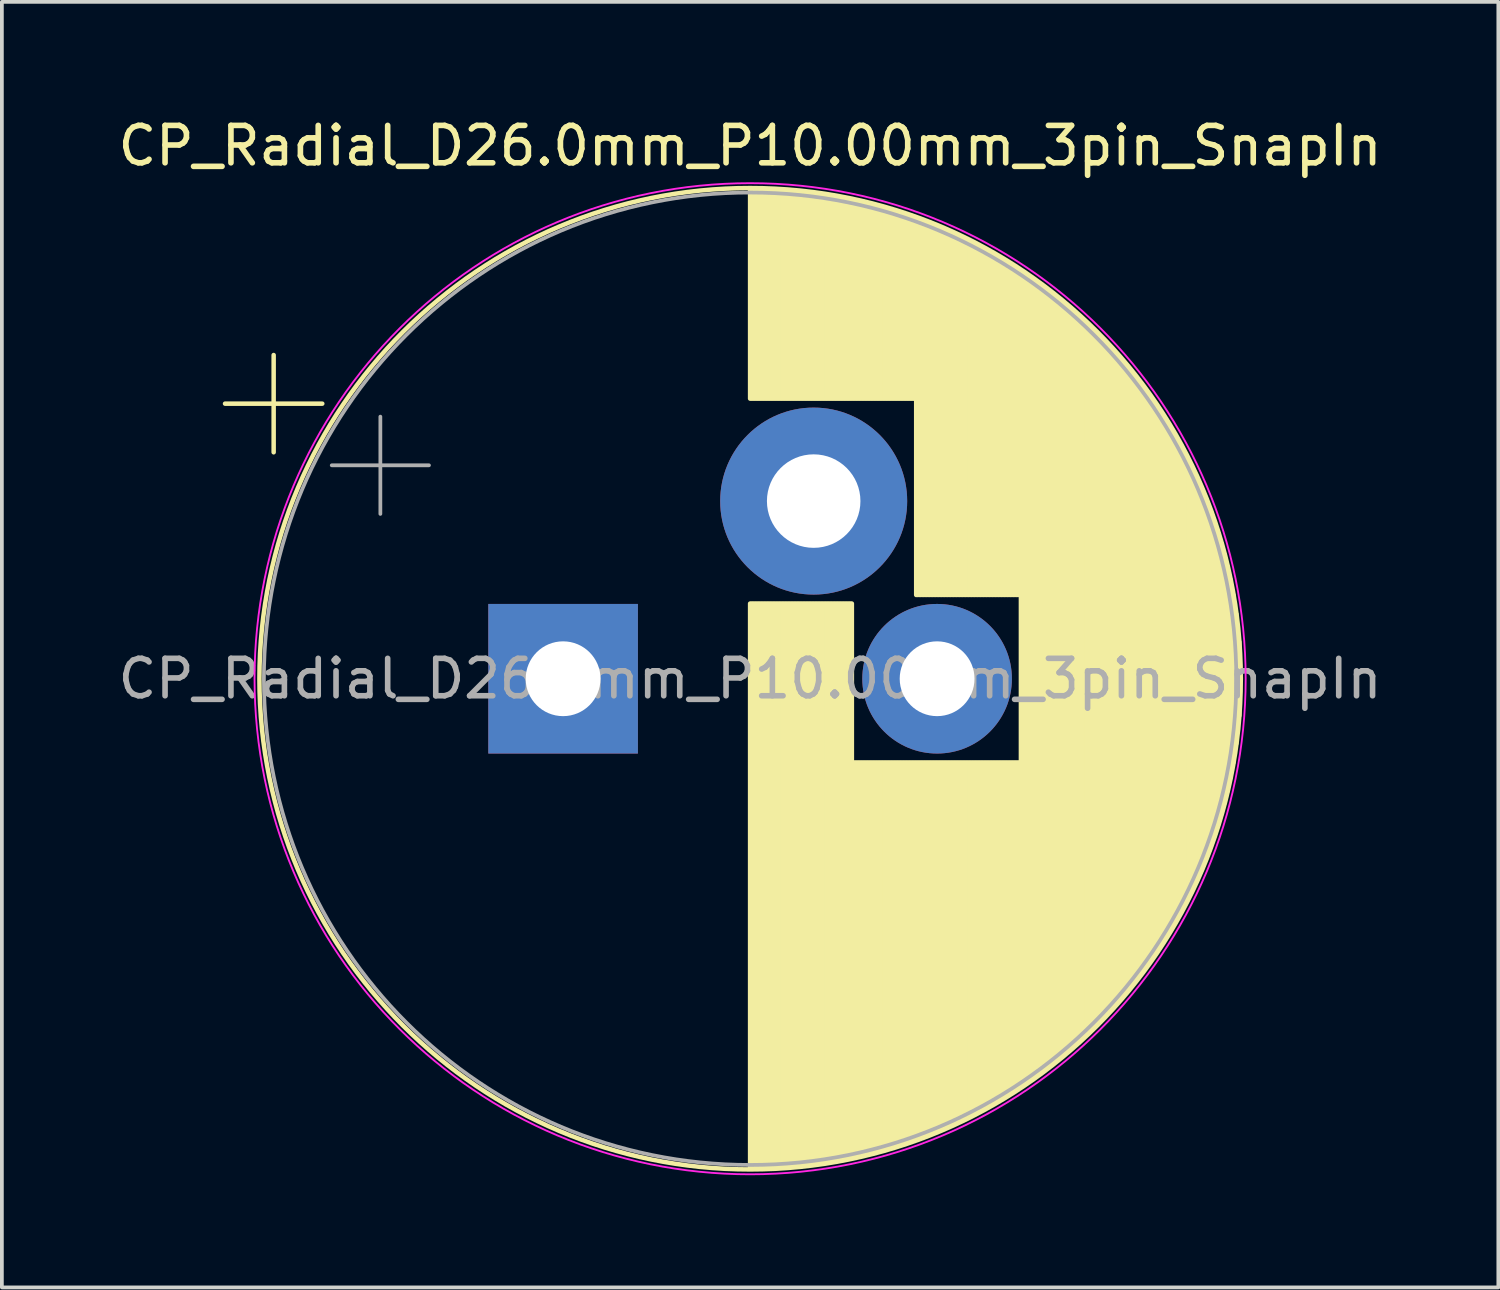
<source format=kicad_pcb>
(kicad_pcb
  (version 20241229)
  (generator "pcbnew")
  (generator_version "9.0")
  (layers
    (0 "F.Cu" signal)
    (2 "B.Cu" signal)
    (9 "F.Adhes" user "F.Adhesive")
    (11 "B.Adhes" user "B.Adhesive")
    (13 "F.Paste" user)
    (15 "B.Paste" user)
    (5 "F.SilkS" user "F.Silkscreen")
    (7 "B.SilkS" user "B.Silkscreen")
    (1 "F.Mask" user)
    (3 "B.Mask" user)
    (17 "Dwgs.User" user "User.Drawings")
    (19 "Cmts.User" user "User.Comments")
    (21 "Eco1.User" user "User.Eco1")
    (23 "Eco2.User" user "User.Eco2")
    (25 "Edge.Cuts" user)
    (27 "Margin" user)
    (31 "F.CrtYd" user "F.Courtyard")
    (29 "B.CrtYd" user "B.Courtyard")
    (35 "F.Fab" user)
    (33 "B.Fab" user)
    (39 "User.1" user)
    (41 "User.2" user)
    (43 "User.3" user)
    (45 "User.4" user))
  (footprint "CP_Radial_D26.0mm_P10.00mm_3pin_SnapIn"
    (layer "F.Cu")
    (at 12.006 15.098)
    (property "Reference" "CP_Radial_D26.0mm_P10.00mm_3pin_SnapIn" (at 5 -14.25 0) (layer "F.SilkS") (effects (font (size 1 1) (thickness 0.15))))
    (attr through_hole)
    (fp_line (start -9.039 -7.355) (end -6.439 -7.355) (stroke (width 0.12) (type solid)) (layer "F.SilkS"))
    (fp_line (start -7.739 -8.655) (end -7.739 -6.055) (stroke (width 0.12) (type solid)) (layer "F.SilkS"))
    (fp_line (start 5 -13.081) (end 5 -7.49) (stroke (width 0.12) (type solid)) (layer "F.SilkS"))
    (fp_line (start 5 -2.01) (end 5 13.081) (stroke (width 0.12) (type solid)) (layer "F.SilkS"))
    (fp_line (start 5.04 -13.08) (end 5.04 -7.49) (stroke (width 0.12) (type solid)) (layer "F.SilkS"))
    (fp_line (start 5.04 -2.01) (end 5.04 13.08) (stroke (width 0.12) (type solid)) (layer "F.SilkS"))
    (fp_line (start 5.08 -13.08) (end 5.08 -7.49) (stroke (width 0.12) (type solid)) (layer "F.SilkS"))
    (fp_line (start 5.08 -2.01) (end 5.08 13.08) (stroke (width 0.12) (type solid)) (layer "F.SilkS"))
    (fp_line (start 5.12 -13.08) (end 5.12 -7.49) (stroke (width 0.12) (type solid)) (layer "F.SilkS"))
    (fp_line (start 5.12 -2.01) (end 5.12 13.08) (stroke (width 0.12) (type solid)) (layer "F.SilkS"))
    (fp_line (start 5.16 -13.08) (end 5.16 -7.49) (stroke (width 0.12) (type solid)) (layer "F.SilkS"))
    (fp_line (start 5.16 -2.01) (end 5.16 13.08) (stroke (width 0.12) (type solid)) (layer "F.SilkS"))
    (fp_line (start 5.2 -13.079) (end 5.2 -7.49) (stroke (width 0.12) (type solid)) (layer "F.SilkS"))
    (fp_line (start 5.2 -2.01) (end 5.2 13.079) (stroke (width 0.12) (type solid)) (layer "F.SilkS"))
    (fp_line (start 5.24 -13.078) (end 5.24 -7.49) (stroke (width 0.12) (type solid)) (layer "F.SilkS"))
    (fp_line (start 5.24 -2.01) (end 5.24 13.078) (stroke (width 0.12) (type solid)) (layer "F.SilkS"))
    (fp_line (start 5.28 -13.078) (end 5.28 -7.49) (stroke (width 0.12) (type solid)) (layer "F.SilkS"))
    (fp_line (start 5.28 -2.01) (end 5.28 13.078) (stroke (width 0.12) (type solid)) (layer "F.SilkS"))
    (fp_line (start 5.32 -13.077) (end 5.32 -7.49) (stroke (width 0.12) (type solid)) (layer "F.SilkS"))
    (fp_line (start 5.32 -2.01) (end 5.32 13.077) (stroke (width 0.12) (type solid)) (layer "F.SilkS"))
    (fp_line (start 5.36 -13.076) (end 5.36 -7.49) (stroke (width 0.12) (type solid)) (layer "F.SilkS"))
    (fp_line (start 5.36 -2.01) (end 5.36 13.076) (stroke (width 0.12) (type solid)) (layer "F.SilkS"))
    (fp_line (start 5.4 -13.074) (end 5.4 -7.49) (stroke (width 0.12) (type solid)) (layer "F.SilkS"))
    (fp_line (start 5.4 -2.01) (end 5.4 13.074) (stroke (width 0.12) (type solid)) (layer "F.SilkS"))
    (fp_line (start 5.44 -13.073) (end 5.44 -7.49) (stroke (width 0.12) (type solid)) (layer "F.SilkS"))
    (fp_line (start 5.44 -2.01) (end 5.44 13.073) (stroke (width 0.12) (type solid)) (layer "F.SilkS"))
    (fp_line (start 5.48 -13.072) (end 5.48 -7.49) (stroke (width 0.12) (type solid)) (layer "F.SilkS"))
    (fp_line (start 5.48 -2.01) (end 5.48 13.072) (stroke (width 0.12) (type solid)) (layer "F.SilkS"))
    (fp_line (start 5.52 -13.07) (end 5.52 -7.49) (stroke (width 0.12) (type solid)) (layer "F.SilkS"))
    (fp_line (start 5.52 -2.01) (end 5.52 13.07) (stroke (width 0.12) (type solid)) (layer "F.SilkS"))
    (fp_line (start 5.56 -13.069) (end 5.56 -7.49) (stroke (width 0.12) (type solid)) (layer "F.SilkS"))
    (fp_line (start 5.56 -2.01) (end 5.56 13.069) (stroke (width 0.12) (type solid)) (layer "F.SilkS"))
    (fp_line (start 5.6 -13.067) (end 5.6 -7.49) (stroke (width 0.12) (type solid)) (layer "F.SilkS"))
    (fp_line (start 5.6 -2.01) (end 5.6 13.067) (stroke (width 0.12) (type solid)) (layer "F.SilkS"))
    (fp_line (start 5.64 -13.065) (end 5.64 -7.49) (stroke (width 0.12) (type solid)) (layer "F.SilkS"))
    (fp_line (start 5.64 -2.01) (end 5.64 13.065) (stroke (width 0.12) (type solid)) (layer "F.SilkS"))
    (fp_line (start 5.68 -13.063) (end 5.68 -7.49) (stroke (width 0.12) (type solid)) (layer "F.SilkS"))
    (fp_line (start 5.68 -2.01) (end 5.68 13.063) (stroke (width 0.12) (type solid)) (layer "F.SilkS"))
    (fp_line (start 5.721 -13.061) (end 5.721 -7.49) (stroke (width 0.12) (type solid)) (layer "F.SilkS"))
    (fp_line (start 5.721 -2.01) (end 5.721 13.061) (stroke (width 0.12) (type solid)) (layer "F.SilkS"))
    (fp_line (start 5.761 -13.058) (end 5.761 -7.49) (stroke (width 0.12) (type solid)) (layer "F.SilkS"))
    (fp_line (start 5.761 -2.01) (end 5.761 13.058) (stroke (width 0.12) (type solid)) (layer "F.SilkS"))
    (fp_line (start 5.801 -13.056) (end 5.801 -7.49) (stroke (width 0.12) (type solid)) (layer "F.SilkS"))
    (fp_line (start 5.801 -2.01) (end 5.801 13.056) (stroke (width 0.12) (type solid)) (layer "F.SilkS"))
    (fp_line (start 5.841 -13.054) (end 5.841 -7.49) (stroke (width 0.12) (type solid)) (layer "F.SilkS"))
    (fp_line (start 5.841 -2.01) (end 5.841 13.054) (stroke (width 0.12) (type solid)) (layer "F.SilkS"))
    (fp_line (start 5.881 -13.051) (end 5.881 -7.49) (stroke (width 0.12) (type solid)) (layer "F.SilkS"))
    (fp_line (start 5.881 -2.01) (end 5.881 13.051) (stroke (width 0.12) (type solid)) (layer "F.SilkS"))
    (fp_line (start 5.921 -13.048) (end 5.921 -7.49) (stroke (width 0.12) (type solid)) (layer "F.SilkS"))
    (fp_line (start 5.921 -2.01) (end 5.921 13.048) (stroke (width 0.12) (type solid)) (layer "F.SilkS"))
    (fp_line (start 5.961 -13.045) (end 5.961 -7.49) (stroke (width 0.12) (type solid)) (layer "F.SilkS"))
    (fp_line (start 5.961 -2.01) (end 5.961 13.045) (stroke (width 0.12) (type solid)) (layer "F.SilkS"))
    (fp_line (start 6.001 -13.042) (end 6.001 -7.49) (stroke (width 0.12) (type solid)) (layer "F.SilkS"))
    (fp_line (start 6.001 -2.01) (end 6.001 13.042) (stroke (width 0.12) (type solid)) (layer "F.SilkS"))
    (fp_line (start 6.041 -13.039) (end 6.041 -7.49) (stroke (width 0.12) (type solid)) (layer "F.SilkS"))
    (fp_line (start 6.041 -2.01) (end 6.041 13.039) (stroke (width 0.12) (type solid)) (layer "F.SilkS"))
    (fp_line (start 6.081 -13.036) (end 6.081 -7.49) (stroke (width 0.12) (type solid)) (layer "F.SilkS"))
    (fp_line (start 6.081 -2.01) (end 6.081 13.036) (stroke (width 0.12) (type solid)) (layer "F.SilkS"))
    (fp_line (start 6.121 -13.033) (end 6.121 -7.49) (stroke (width 0.12) (type solid)) (layer "F.SilkS"))
    (fp_line (start 6.121 -2.01) (end 6.121 13.033) (stroke (width 0.12) (type solid)) (layer "F.SilkS"))
    (fp_line (start 6.161 -13.029) (end 6.161 -7.49) (stroke (width 0.12) (type solid)) (layer "F.SilkS"))
    (fp_line (start 6.161 -2.01) (end 6.161 13.029) (stroke (width 0.12) (type solid)) (layer "F.SilkS"))
    (fp_line (start 6.201 -13.026) (end 6.201 -7.49) (stroke (width 0.12) (type solid)) (layer "F.SilkS"))
    (fp_line (start 6.201 -2.01) (end 6.201 13.026) (stroke (width 0.12) (type solid)) (layer "F.SilkS"))
    (fp_line (start 6.241 -13.022) (end 6.241 -7.49) (stroke (width 0.12) (type solid)) (layer "F.SilkS"))
    (fp_line (start 6.241 -2.01) (end 6.241 13.022) (stroke (width 0.12) (type solid)) (layer "F.SilkS"))
    (fp_line (start 6.281 -13.018) (end 6.281 -7.49) (stroke (width 0.12) (type solid)) (layer "F.SilkS"))
    (fp_line (start 6.281 -2.01) (end 6.281 13.018) (stroke (width 0.12) (type solid)) (layer "F.SilkS"))
    (fp_line (start 6.321 -13.014) (end 6.321 -7.49) (stroke (width 0.12) (type solid)) (layer "F.SilkS"))
    (fp_line (start 6.321 -2.01) (end 6.321 13.014) (stroke (width 0.12) (type solid)) (layer "F.SilkS"))
    (fp_line (start 6.361 -13.01) (end 6.361 -7.49) (stroke (width 0.12) (type solid)) (layer "F.SilkS"))
    (fp_line (start 6.361 -2.01) (end 6.361 13.01) (stroke (width 0.12) (type solid)) (layer "F.SilkS"))
    (fp_line (start 6.401 -13.006) (end 6.401 -7.49) (stroke (width 0.12) (type solid)) (layer "F.SilkS"))
    (fp_line (start 6.401 -2.01) (end 6.401 13.006) (stroke (width 0.12) (type solid)) (layer "F.SilkS"))
    (fp_line (start 6.441 -13.001) (end 6.441 -7.49) (stroke (width 0.12) (type solid)) (layer "F.SilkS"))
    (fp_line (start 6.441 -2.01) (end 6.441 13.001) (stroke (width 0.12) (type solid)) (layer "F.SilkS"))
    (fp_line (start 6.481 -12.997) (end 6.481 -7.49) (stroke (width 0.12) (type solid)) (layer "F.SilkS"))
    (fp_line (start 6.481 -2.01) (end 6.481 12.997) (stroke (width 0.12) (type solid)) (layer "F.SilkS"))
    (fp_line (start 6.521 -12.992) (end 6.521 -7.49) (stroke (width 0.12) (type solid)) (layer "F.SilkS"))
    (fp_line (start 6.521 -2.01) (end 6.521 12.992) (stroke (width 0.12) (type solid)) (layer "F.SilkS"))
    (fp_line (start 6.561 -12.987) (end 6.561 -7.49) (stroke (width 0.12) (type solid)) (layer "F.SilkS"))
    (fp_line (start 6.561 -2.01) (end 6.561 12.987) (stroke (width 0.12) (type solid)) (layer "F.SilkS"))
    (fp_line (start 6.601 -12.983) (end 6.601 -7.49) (stroke (width 0.12) (type solid)) (layer "F.SilkS"))
    (fp_line (start 6.601 -2.01) (end 6.601 12.983) (stroke (width 0.12) (type solid)) (layer "F.SilkS"))
    (fp_line (start 6.641 -12.978) (end 6.641 -7.49) (stroke (width 0.12) (type solid)) (layer "F.SilkS"))
    (fp_line (start 6.641 -2.01) (end 6.641 12.978) (stroke (width 0.12) (type solid)) (layer "F.SilkS"))
    (fp_line (start 6.681 -12.972) (end 6.681 -7.49) (stroke (width 0.12) (type solid)) (layer "F.SilkS"))
    (fp_line (start 6.681 -2.01) (end 6.681 12.972) (stroke (width 0.12) (type solid)) (layer "F.SilkS"))
    (fp_line (start 6.721 -12.967) (end 6.721 -7.49) (stroke (width 0.12) (type solid)) (layer "F.SilkS"))
    (fp_line (start 6.721 -2.01) (end 6.721 12.967) (stroke (width 0.12) (type solid)) (layer "F.SilkS"))
    (fp_line (start 6.761 -12.962) (end 6.761 -7.49) (stroke (width 0.12) (type solid)) (layer "F.SilkS"))
    (fp_line (start 6.761 -2.01) (end 6.761 12.962) (stroke (width 0.12) (type solid)) (layer "F.SilkS"))
    (fp_line (start 6.801 -12.956) (end 6.801 -7.49) (stroke (width 0.12) (type solid)) (layer "F.SilkS"))
    (fp_line (start 6.801 -2.01) (end 6.801 12.956) (stroke (width 0.12) (type solid)) (layer "F.SilkS"))
    (fp_line (start 6.841 -12.951) (end 6.841 -7.49) (stroke (width 0.12) (type solid)) (layer "F.SilkS"))
    (fp_line (start 6.841 -2.01) (end 6.841 12.951) (stroke (width 0.12) (type solid)) (layer "F.SilkS"))
    (fp_line (start 6.881 -12.945) (end 6.881 -7.49) (stroke (width 0.12) (type solid)) (layer "F.SilkS"))
    (fp_line (start 6.881 -2.01) (end 6.881 12.945) (stroke (width 0.12) (type solid)) (layer "F.SilkS"))
    (fp_line (start 6.921 -12.939) (end 6.921 -7.49) (stroke (width 0.12) (type solid)) (layer "F.SilkS"))
    (fp_line (start 6.921 -2.01) (end 6.921 12.939) (stroke (width 0.12) (type solid)) (layer "F.SilkS"))
    (fp_line (start 6.961 -12.933) (end 6.961 -7.49) (stroke (width 0.12) (type solid)) (layer "F.SilkS"))
    (fp_line (start 6.961 -2.01) (end 6.961 12.933) (stroke (width 0.12) (type solid)) (layer "F.SilkS"))
    (fp_line (start 7.001 -12.927) (end 7.001 -7.49) (stroke (width 0.12) (type solid)) (layer "F.SilkS"))
    (fp_line (start 7.001 -2.01) (end 7.001 12.927) (stroke (width 0.12) (type solid)) (layer "F.SilkS"))
    (fp_line (start 7.041 -12.921) (end 7.041 -7.49) (stroke (width 0.12) (type solid)) (layer "F.SilkS"))
    (fp_line (start 7.041 -2.01) (end 7.041 12.921) (stroke (width 0.12) (type solid)) (layer "F.SilkS"))
    (fp_line (start 7.081 -12.915) (end 7.081 -7.49) (stroke (width 0.12) (type solid)) (layer "F.SilkS"))
    (fp_line (start 7.081 -2.01) (end 7.081 12.915) (stroke (width 0.12) (type solid)) (layer "F.SilkS"))
    (fp_line (start 7.121 -12.908) (end 7.121 -7.49) (stroke (width 0.12) (type solid)) (layer "F.SilkS"))
    (fp_line (start 7.121 -2.01) (end 7.121 12.908) (stroke (width 0.12) (type solid)) (layer "F.SilkS"))
    (fp_line (start 7.161 -12.901) (end 7.161 -7.49) (stroke (width 0.12) (type solid)) (layer "F.SilkS"))
    (fp_line (start 7.161 -2.01) (end 7.161 12.901) (stroke (width 0.12) (type solid)) (layer "F.SilkS"))
    (fp_line (start 7.201 -12.895) (end 7.201 -7.49) (stroke (width 0.12) (type solid)) (layer "F.SilkS"))
    (fp_line (start 7.201 -2.01) (end 7.201 12.895) (stroke (width 0.12) (type solid)) (layer "F.SilkS"))
    (fp_line (start 7.241 -12.888) (end 7.241 -7.49) (stroke (width 0.12) (type solid)) (layer "F.SilkS"))
    (fp_line (start 7.241 -2.01) (end 7.241 12.888) (stroke (width 0.12) (type solid)) (layer "F.SilkS"))
    (fp_line (start 7.281 -12.881) (end 7.281 -7.49) (stroke (width 0.12) (type solid)) (layer "F.SilkS"))
    (fp_line (start 7.281 -2.01) (end 7.281 12.881) (stroke (width 0.12) (type solid)) (layer "F.SilkS"))
    (fp_line (start 7.321 -12.874) (end 7.321 -7.49) (stroke (width 0.12) (type solid)) (layer "F.SilkS"))
    (fp_line (start 7.321 -2.01) (end 7.321 12.874) (stroke (width 0.12) (type solid)) (layer "F.SilkS"))
    (fp_line (start 7.361 -12.866) (end 7.361 -7.49) (stroke (width 0.12) (type solid)) (layer "F.SilkS"))
    (fp_line (start 7.361 -2.01) (end 7.361 12.866) (stroke (width 0.12) (type solid)) (layer "F.SilkS"))
    (fp_line (start 7.401 -12.859) (end 7.401 -7.49) (stroke (width 0.12) (type solid)) (layer "F.SilkS"))
    (fp_line (start 7.401 -2.01) (end 7.401 12.859) (stroke (width 0.12) (type solid)) (layer "F.SilkS"))
    (fp_line (start 7.441 -12.852) (end 7.441 -7.49) (stroke (width 0.12) (type solid)) (layer "F.SilkS"))
    (fp_line (start 7.441 -2.01) (end 7.441 12.852) (stroke (width 0.12) (type solid)) (layer "F.SilkS"))
    (fp_line (start 7.481 -12.844) (end 7.481 -7.49) (stroke (width 0.12) (type solid)) (layer "F.SilkS"))
    (fp_line (start 7.481 -2.01) (end 7.481 12.844) (stroke (width 0.12) (type solid)) (layer "F.SilkS"))
    (fp_line (start 7.521 -12.836) (end 7.521 -7.49) (stroke (width 0.12) (type solid)) (layer "F.SilkS"))
    (fp_line (start 7.521 -2.01) (end 7.521 12.836) (stroke (width 0.12) (type solid)) (layer "F.SilkS"))
    (fp_line (start 7.561 -12.828) (end 7.561 -7.49) (stroke (width 0.12) (type solid)) (layer "F.SilkS"))
    (fp_line (start 7.561 -2.01) (end 7.561 12.828) (stroke (width 0.12) (type solid)) (layer "F.SilkS"))
    (fp_line (start 7.601 -12.82) (end 7.601 -7.49) (stroke (width 0.12) (type solid)) (layer "F.SilkS"))
    (fp_line (start 7.601 -2.01) (end 7.601 12.82) (stroke (width 0.12) (type solid)) (layer "F.SilkS"))
    (fp_line (start 7.641 -12.812) (end 7.641 -7.49) (stroke (width 0.12) (type solid)) (layer "F.SilkS"))
    (fp_line (start 7.641 -2.01) (end 7.641 12.812) (stroke (width 0.12) (type solid)) (layer "F.SilkS"))
    (fp_line (start 7.681 -12.804) (end 7.681 -7.49) (stroke (width 0.12) (type solid)) (layer "F.SilkS"))
    (fp_line (start 7.681 -2.01) (end 7.681 12.804) (stroke (width 0.12) (type solid)) (layer "F.SilkS"))
    (fp_line (start 7.721 -12.795) (end 7.721 -7.49) (stroke (width 0.12) (type solid)) (layer "F.SilkS"))
    (fp_line (start 7.721 -2.01) (end 7.721 12.795) (stroke (width 0.12) (type solid)) (layer "F.SilkS"))
    (fp_line (start 7.761 -12.787) (end 7.761 -7.49) (stroke (width 0.12) (type solid)) (layer "F.SilkS"))
    (fp_line (start 7.761 2.24) (end 7.761 12.787) (stroke (width 0.12) (type solid)) (layer "F.SilkS"))
    (fp_line (start 7.801 -12.778) (end 7.801 -7.49) (stroke (width 0.12) (type solid)) (layer "F.SilkS"))
    (fp_line (start 7.801 2.24) (end 7.801 12.778) (stroke (width 0.12) (type solid)) (layer "F.SilkS"))
    (fp_line (start 7.841 -12.769) (end 7.841 -7.49) (stroke (width 0.12) (type solid)) (layer "F.SilkS"))
    (fp_line (start 7.841 2.24) (end 7.841 12.769) (stroke (width 0.12) (type solid)) (layer "F.SilkS"))
    (fp_line (start 7.881 -12.761) (end 7.881 -7.49) (stroke (width 0.12) (type solid)) (layer "F.SilkS"))
    (fp_line (start 7.881 2.24) (end 7.881 12.761) (stroke (width 0.12) (type solid)) (layer "F.SilkS"))
    (fp_line (start 7.921 -12.751) (end 7.921 -7.49) (stroke (width 0.12) (type solid)) (layer "F.SilkS"))
    (fp_line (start 7.921 2.24) (end 7.921 12.751) (stroke (width 0.12) (type solid)) (layer "F.SilkS"))
    (fp_line (start 7.961 -12.742) (end 7.961 -7.49) (stroke (width 0.12) (type solid)) (layer "F.SilkS"))
    (fp_line (start 7.961 2.24) (end 7.961 12.742) (stroke (width 0.12) (type solid)) (layer "F.SilkS"))
    (fp_line (start 8.001 -12.733) (end 8.001 -7.49) (stroke (width 0.12) (type solid)) (layer "F.SilkS"))
    (fp_line (start 8.001 2.24) (end 8.001 12.733) (stroke (width 0.12) (type solid)) (layer "F.SilkS"))
    (fp_line (start 8.041 -12.723) (end 8.041 -7.49) (stroke (width 0.12) (type solid)) (layer "F.SilkS"))
    (fp_line (start 8.041 2.24) (end 8.041 12.723) (stroke (width 0.12) (type solid)) (layer "F.SilkS"))
    (fp_line (start 8.081 -12.714) (end 8.081 -7.49) (stroke (width 0.12) (type solid)) (layer "F.SilkS"))
    (fp_line (start 8.081 2.24) (end 8.081 12.714) (stroke (width 0.12) (type solid)) (layer "F.SilkS"))
    (fp_line (start 8.121 -12.704) (end 8.121 -7.49) (stroke (width 0.12) (type solid)) (layer "F.SilkS"))
    (fp_line (start 8.121 2.24) (end 8.121 12.704) (stroke (width 0.12) (type solid)) (layer "F.SilkS"))
    (fp_line (start 8.161 -12.694) (end 8.161 -7.49) (stroke (width 0.12) (type solid)) (layer "F.SilkS"))
    (fp_line (start 8.161 2.24) (end 8.161 12.694) (stroke (width 0.12) (type solid)) (layer "F.SilkS"))
    (fp_line (start 8.201 -12.684) (end 8.201 -7.49) (stroke (width 0.12) (type solid)) (layer "F.SilkS"))
    (fp_line (start 8.201 2.24) (end 8.201 12.684) (stroke (width 0.12) (type solid)) (layer "F.SilkS"))
    (fp_line (start 8.241 -12.674) (end 8.241 -7.49) (stroke (width 0.12) (type solid)) (layer "F.SilkS"))
    (fp_line (start 8.241 2.24) (end 8.241 12.674) (stroke (width 0.12) (type solid)) (layer "F.SilkS"))
    (fp_line (start 8.281 -12.664) (end 8.281 -7.49) (stroke (width 0.12) (type solid)) (layer "F.SilkS"))
    (fp_line (start 8.281 2.24) (end 8.281 12.664) (stroke (width 0.12) (type solid)) (layer "F.SilkS"))
    (fp_line (start 8.321 -12.653) (end 8.321 -7.49) (stroke (width 0.12) (type solid)) (layer "F.SilkS"))
    (fp_line (start 8.321 2.24) (end 8.321 12.653) (stroke (width 0.12) (type solid)) (layer "F.SilkS"))
    (fp_line (start 8.361 -12.643) (end 8.361 -7.49) (stroke (width 0.12) (type solid)) (layer "F.SilkS"))
    (fp_line (start 8.361 2.24) (end 8.361 12.643) (stroke (width 0.12) (type solid)) (layer "F.SilkS"))
    (fp_line (start 8.401 -12.632) (end 8.401 -7.49) (stroke (width 0.12) (type solid)) (layer "F.SilkS"))
    (fp_line (start 8.401 2.24) (end 8.401 12.632) (stroke (width 0.12) (type solid)) (layer "F.SilkS"))
    (fp_line (start 8.441 -12.621) (end 8.441 -7.49) (stroke (width 0.12) (type solid)) (layer "F.SilkS"))
    (fp_line (start 8.441 2.24) (end 8.441 12.621) (stroke (width 0.12) (type solid)) (layer "F.SilkS"))
    (fp_line (start 8.481 -12.611) (end 8.481 -7.49) (stroke (width 0.12) (type solid)) (layer "F.SilkS"))
    (fp_line (start 8.481 2.24) (end 8.481 12.611) (stroke (width 0.12) (type solid)) (layer "F.SilkS"))
    (fp_line (start 8.521 -12.599) (end 8.521 -7.49) (stroke (width 0.12) (type solid)) (layer "F.SilkS"))
    (fp_line (start 8.521 2.24) (end 8.521 12.599) (stroke (width 0.12) (type solid)) (layer "F.SilkS"))
    (fp_line (start 8.561 -12.588) (end 8.561 -7.49) (stroke (width 0.12) (type solid)) (layer "F.SilkS"))
    (fp_line (start 8.561 2.24) (end 8.561 12.588) (stroke (width 0.12) (type solid)) (layer "F.SilkS"))
    (fp_line (start 8.601 -12.577) (end 8.601 -7.49) (stroke (width 0.12) (type solid)) (layer "F.SilkS"))
    (fp_line (start 8.601 2.24) (end 8.601 12.577) (stroke (width 0.12) (type solid)) (layer "F.SilkS"))
    (fp_line (start 8.641 -12.565) (end 8.641 -7.49) (stroke (width 0.12) (type solid)) (layer "F.SilkS"))
    (fp_line (start 8.641 2.24) (end 8.641 12.565) (stroke (width 0.12) (type solid)) (layer "F.SilkS"))
    (fp_line (start 8.681 -12.554) (end 8.681 -7.49) (stroke (width 0.12) (type solid)) (layer "F.SilkS"))
    (fp_line (start 8.681 2.24) (end 8.681 12.554) (stroke (width 0.12) (type solid)) (layer "F.SilkS"))
    (fp_line (start 8.721 -12.542) (end 8.721 -7.49) (stroke (width 0.12) (type solid)) (layer "F.SilkS"))
    (fp_line (start 8.721 2.24) (end 8.721 12.542) (stroke (width 0.12) (type solid)) (layer "F.SilkS"))
    (fp_line (start 8.761 -12.53) (end 8.761 -7.49) (stroke (width 0.12) (type solid)) (layer "F.SilkS"))
    (fp_line (start 8.761 2.24) (end 8.761 12.53) (stroke (width 0.12) (type solid)) (layer "F.SilkS"))
    (fp_line (start 8.801 -12.518) (end 8.801 -7.49) (stroke (width 0.12) (type solid)) (layer "F.SilkS"))
    (fp_line (start 8.801 2.24) (end 8.801 12.518) (stroke (width 0.12) (type solid)) (layer "F.SilkS"))
    (fp_line (start 8.841 -12.506) (end 8.841 -7.49) (stroke (width 0.12) (type solid)) (layer "F.SilkS"))
    (fp_line (start 8.841 2.24) (end 8.841 12.506) (stroke (width 0.12) (type solid)) (layer "F.SilkS"))
    (fp_line (start 8.881 -12.494) (end 8.881 -7.49) (stroke (width 0.12) (type solid)) (layer "F.SilkS"))
    (fp_line (start 8.881 2.24) (end 8.881 12.494) (stroke (width 0.12) (type solid)) (layer "F.SilkS"))
    (fp_line (start 8.921 -12.481) (end 8.921 -7.49) (stroke (width 0.12) (type solid)) (layer "F.SilkS"))
    (fp_line (start 8.921 2.24) (end 8.921 12.481) (stroke (width 0.12) (type solid)) (layer "F.SilkS"))
    (fp_line (start 8.961 -12.469) (end 8.961 -7.49) (stroke (width 0.12) (type solid)) (layer "F.SilkS"))
    (fp_line (start 8.961 2.24) (end 8.961 12.469) (stroke (width 0.12) (type solid)) (layer "F.SilkS"))
    (fp_line (start 9.001 -12.456) (end 9.001 -7.49) (stroke (width 0.12) (type solid)) (layer "F.SilkS"))
    (fp_line (start 9.001 2.24) (end 9.001 12.456) (stroke (width 0.12) (type solid)) (layer "F.SilkS"))
    (fp_line (start 9.041 -12.443) (end 9.041 -7.49) (stroke (width 0.12) (type solid)) (layer "F.SilkS"))
    (fp_line (start 9.041 2.24) (end 9.041 12.443) (stroke (width 0.12) (type solid)) (layer "F.SilkS"))
    (fp_line (start 9.081 -12.43) (end 9.081 -7.49) (stroke (width 0.12) (type solid)) (layer "F.SilkS"))
    (fp_line (start 9.081 2.24) (end 9.081 12.43) (stroke (width 0.12) (type solid)) (layer "F.SilkS"))
    (fp_line (start 9.121 -12.417) (end 9.121 -7.49) (stroke (width 0.12) (type solid)) (layer "F.SilkS"))
    (fp_line (start 9.121 2.24) (end 9.121 12.417) (stroke (width 0.12) (type solid)) (layer "F.SilkS"))
    (fp_line (start 9.161 -12.404) (end 9.161 -7.49) (stroke (width 0.12) (type solid)) (layer "F.SilkS"))
    (fp_line (start 9.161 2.24) (end 9.161 12.404) (stroke (width 0.12) (type solid)) (layer "F.SilkS"))
    (fp_line (start 9.201 -12.39) (end 9.201 -7.49) (stroke (width 0.12) (type solid)) (layer "F.SilkS"))
    (fp_line (start 9.201 2.24) (end 9.201 12.39) (stroke (width 0.12) (type solid)) (layer "F.SilkS"))
    (fp_line (start 9.241 -12.376) (end 9.241 -7.49) (stroke (width 0.12) (type solid)) (layer "F.SilkS"))
    (fp_line (start 9.241 2.24) (end 9.241 12.376) (stroke (width 0.12) (type solid)) (layer "F.SilkS"))
    (fp_line (start 9.281 -12.363) (end 9.281 -7.49) (stroke (width 0.12) (type solid)) (layer "F.SilkS"))
    (fp_line (start 9.281 2.24) (end 9.281 12.363) (stroke (width 0.12) (type solid)) (layer "F.SilkS"))
    (fp_line (start 9.321 -12.349) (end 9.321 -7.49) (stroke (width 0.12) (type solid)) (layer "F.SilkS"))
    (fp_line (start 9.321 2.24) (end 9.321 12.349) (stroke (width 0.12) (type solid)) (layer "F.SilkS"))
    (fp_line (start 9.361 -12.335) (end 9.361 -7.49) (stroke (width 0.12) (type solid)) (layer "F.SilkS"))
    (fp_line (start 9.361 2.24) (end 9.361 12.335) (stroke (width 0.12) (type solid)) (layer "F.SilkS"))
    (fp_line (start 9.401 -12.321) (end 9.401 -7.49) (stroke (width 0.12) (type solid)) (layer "F.SilkS"))
    (fp_line (start 9.401 2.24) (end 9.401 12.321) (stroke (width 0.12) (type solid)) (layer "F.SilkS"))
    (fp_line (start 9.441 -12.306) (end 9.441 -2.24) (stroke (width 0.12) (type solid)) (layer "F.SilkS"))
    (fp_line (start 9.441 2.24) (end 9.441 12.306) (stroke (width 0.12) (type solid)) (layer "F.SilkS"))
    (fp_line (start 9.481 -12.292) (end 9.481 -2.24) (stroke (width 0.12) (type solid)) (layer "F.SilkS"))
    (fp_line (start 9.481 2.24) (end 9.481 12.292) (stroke (width 0.12) (type solid)) (layer "F.SilkS"))
    (fp_line (start 9.521 -12.277) (end 9.521 -2.24) (stroke (width 0.12) (type solid)) (layer "F.SilkS"))
    (fp_line (start 9.521 2.24) (end 9.521 12.277) (stroke (width 0.12) (type solid)) (layer "F.SilkS"))
    (fp_line (start 9.561 -12.263) (end 9.561 -2.24) (stroke (width 0.12) (type solid)) (layer "F.SilkS"))
    (fp_line (start 9.561 2.24) (end 9.561 12.263) (stroke (width 0.12) (type solid)) (layer "F.SilkS"))
    (fp_line (start 9.601 -12.248) (end 9.601 -2.24) (stroke (width 0.12) (type solid)) (layer "F.SilkS"))
    (fp_line (start 9.601 2.24) (end 9.601 12.248) (stroke (width 0.12) (type solid)) (layer "F.SilkS"))
    (fp_line (start 9.641 -12.233) (end 9.641 -2.24) (stroke (width 0.12) (type solid)) (layer "F.SilkS"))
    (fp_line (start 9.641 2.24) (end 9.641 12.233) (stroke (width 0.12) (type solid)) (layer "F.SilkS"))
    (fp_line (start 9.681 -12.217) (end 9.681 -2.24) (stroke (width 0.12) (type solid)) (layer "F.SilkS"))
    (fp_line (start 9.681 2.24) (end 9.681 12.217) (stroke (width 0.12) (type solid)) (layer "F.SilkS"))
    (fp_line (start 9.721 -12.202) (end 9.721 -2.24) (stroke (width 0.12) (type solid)) (layer "F.SilkS"))
    (fp_line (start 9.721 2.24) (end 9.721 12.202) (stroke (width 0.12) (type solid)) (layer "F.SilkS"))
    (fp_line (start 9.761 -12.187) (end 9.761 -2.24) (stroke (width 0.12) (type solid)) (layer "F.SilkS"))
    (fp_line (start 9.761 2.24) (end 9.761 12.187) (stroke (width 0.12) (type solid)) (layer "F.SilkS"))
    (fp_line (start 9.801 -12.171) (end 9.801 -2.24) (stroke (width 0.12) (type solid)) (layer "F.SilkS"))
    (fp_line (start 9.801 2.24) (end 9.801 12.171) (stroke (width 0.12) (type solid)) (layer "F.SilkS"))
    (fp_line (start 9.841 -12.155) (end 9.841 -2.24) (stroke (width 0.12) (type solid)) (layer "F.SilkS"))
    (fp_line (start 9.841 2.24) (end 9.841 12.155) (stroke (width 0.12) (type solid)) (layer "F.SilkS"))
    (fp_line (start 9.881 -12.139) (end 9.881 -2.24) (stroke (width 0.12) (type solid)) (layer "F.SilkS"))
    (fp_line (start 9.881 2.24) (end 9.881 12.139) (stroke (width 0.12) (type solid)) (layer "F.SilkS"))
    (fp_line (start 9.921 -12.123) (end 9.921 -2.24) (stroke (width 0.12) (type solid)) (layer "F.SilkS"))
    (fp_line (start 9.921 2.24) (end 9.921 12.123) (stroke (width 0.12) (type solid)) (layer "F.SilkS"))
    (fp_line (start 9.961 -12.107) (end 9.961 -2.24) (stroke (width 0.12) (type solid)) (layer "F.SilkS"))
    (fp_line (start 9.961 2.24) (end 9.961 12.107) (stroke (width 0.12) (type solid)) (layer "F.SilkS"))
    (fp_line (start 10.001 -12.09) (end 10.001 -2.24) (stroke (width 0.12) (type solid)) (layer "F.SilkS"))
    (fp_line (start 10.001 2.24) (end 10.001 12.09) (stroke (width 0.12) (type solid)) (layer "F.SilkS"))
    (fp_line (start 10.041 -12.074) (end 10.041 -2.24) (stroke (width 0.12) (type solid)) (layer "F.SilkS"))
    (fp_line (start 10.041 2.24) (end 10.041 12.074) (stroke (width 0.12) (type solid)) (layer "F.SilkS"))
    (fp_line (start 10.081 -12.057) (end 10.081 -2.24) (stroke (width 0.12) (type solid)) (layer "F.SilkS"))
    (fp_line (start 10.081 2.24) (end 10.081 12.057) (stroke (width 0.12) (type solid)) (layer "F.SilkS"))
    (fp_line (start 10.121 -12.04) (end 10.121 -2.24) (stroke (width 0.12) (type solid)) (layer "F.SilkS"))
    (fp_line (start 10.121 2.24) (end 10.121 12.04) (stroke (width 0.12) (type solid)) (layer "F.SilkS"))
    (fp_line (start 10.161 -12.023) (end 10.161 -2.24) (stroke (width 0.12) (type solid)) (layer "F.SilkS"))
    (fp_line (start 10.161 2.24) (end 10.161 12.023) (stroke (width 0.12) (type solid)) (layer "F.SilkS"))
    (fp_line (start 10.201 -12.006) (end 10.201 -2.24) (stroke (width 0.12) (type solid)) (layer "F.SilkS"))
    (fp_line (start 10.201 2.24) (end 10.201 12.006) (stroke (width 0.12) (type solid)) (layer "F.SilkS"))
    (fp_line (start 10.241 -11.989) (end 10.241 -2.24) (stroke (width 0.12) (type solid)) (layer "F.SilkS"))
    (fp_line (start 10.241 2.24) (end 10.241 11.989) (stroke (width 0.12) (type solid)) (layer "F.SilkS"))
    (fp_line (start 10.281 -11.971) (end 10.281 -2.24) (stroke (width 0.12) (type solid)) (layer "F.SilkS"))
    (fp_line (start 10.281 2.24) (end 10.281 11.971) (stroke (width 0.12) (type solid)) (layer "F.SilkS"))
    (fp_line (start 10.321 -11.953) (end 10.321 -2.24) (stroke (width 0.12) (type solid)) (layer "F.SilkS"))
    (fp_line (start 10.321 2.24) (end 10.321 11.953) (stroke (width 0.12) (type solid)) (layer "F.SilkS"))
    (fp_line (start 10.361 -11.936) (end 10.361 -2.24) (stroke (width 0.12) (type solid)) (layer "F.SilkS"))
    (fp_line (start 10.361 2.24) (end 10.361 11.936) (stroke (width 0.12) (type solid)) (layer "F.SilkS"))
    (fp_line (start 10.401 -11.918) (end 10.401 -2.24) (stroke (width 0.12) (type solid)) (layer "F.SilkS"))
    (fp_line (start 10.401 2.24) (end 10.401 11.918) (stroke (width 0.12) (type solid)) (layer "F.SilkS"))
    (fp_line (start 10.441 -11.9) (end 10.441 -2.24) (stroke (width 0.12) (type solid)) (layer "F.SilkS"))
    (fp_line (start 10.441 2.24) (end 10.441 11.9) (stroke (width 0.12) (type solid)) (layer "F.SilkS"))
    (fp_line (start 10.481 -11.881) (end 10.481 -2.24) (stroke (width 0.12) (type solid)) (layer "F.SilkS"))
    (fp_line (start 10.481 2.24) (end 10.481 11.881) (stroke (width 0.12) (type solid)) (layer "F.SilkS"))
    (fp_line (start 10.521 -11.863) (end 10.521 -2.24) (stroke (width 0.12) (type solid)) (layer "F.SilkS"))
    (fp_line (start 10.521 2.24) (end 10.521 11.863) (stroke (width 0.12) (type solid)) (layer "F.SilkS"))
    (fp_line (start 10.561 -11.844) (end 10.561 -2.24) (stroke (width 0.12) (type solid)) (layer "F.SilkS"))
    (fp_line (start 10.561 2.24) (end 10.561 11.844) (stroke (width 0.12) (type solid)) (layer "F.SilkS"))
    (fp_line (start 10.601 -11.825) (end 10.601 -2.24) (stroke (width 0.12) (type solid)) (layer "F.SilkS"))
    (fp_line (start 10.601 2.24) (end 10.601 11.825) (stroke (width 0.12) (type solid)) (layer "F.SilkS"))
    (fp_line (start 10.641 -11.806) (end 10.641 -2.24) (stroke (width 0.12) (type solid)) (layer "F.SilkS"))
    (fp_line (start 10.641 2.24) (end 10.641 11.806) (stroke (width 0.12) (type solid)) (layer "F.SilkS"))
    (fp_line (start 10.681 -11.787) (end 10.681 -2.24) (stroke (width 0.12) (type solid)) (layer "F.SilkS"))
    (fp_line (start 10.681 2.24) (end 10.681 11.787) (stroke (width 0.12) (type solid)) (layer "F.SilkS"))
    (fp_line (start 10.721 -11.768) (end 10.721 -2.24) (stroke (width 0.12) (type solid)) (layer "F.SilkS"))
    (fp_line (start 10.721 2.24) (end 10.721 11.768) (stroke (width 0.12) (type solid)) (layer "F.SilkS"))
    (fp_line (start 10.761 -11.748) (end 10.761 -2.24) (stroke (width 0.12) (type solid)) (layer "F.SilkS"))
    (fp_line (start 10.761 2.24) (end 10.761 11.748) (stroke (width 0.12) (type solid)) (layer "F.SilkS"))
    (fp_line (start 10.801 -11.729) (end 10.801 -2.24) (stroke (width 0.12) (type solid)) (layer "F.SilkS"))
    (fp_line (start 10.801 2.24) (end 10.801 11.729) (stroke (width 0.12) (type solid)) (layer "F.SilkS"))
    (fp_line (start 10.841 -11.709) (end 10.841 -2.24) (stroke (width 0.12) (type solid)) (layer "F.SilkS"))
    (fp_line (start 10.841 2.24) (end 10.841 11.709) (stroke (width 0.12) (type solid)) (layer "F.SilkS"))
    (fp_line (start 10.881 -11.689) (end 10.881 -2.24) (stroke (width 0.12) (type solid)) (layer "F.SilkS"))
    (fp_line (start 10.881 2.24) (end 10.881 11.689) (stroke (width 0.12) (type solid)) (layer "F.SilkS"))
    (fp_line (start 10.921 -11.669) (end 10.921 -2.24) (stroke (width 0.12) (type solid)) (layer "F.SilkS"))
    (fp_line (start 10.921 2.24) (end 10.921 11.669) (stroke (width 0.12) (type solid)) (layer "F.SilkS"))
    (fp_line (start 10.961 -11.649) (end 10.961 -2.24) (stroke (width 0.12) (type solid)) (layer "F.SilkS"))
    (fp_line (start 10.961 2.24) (end 10.961 11.649) (stroke (width 0.12) (type solid)) (layer "F.SilkS"))
    (fp_line (start 11.001 -11.628) (end 11.001 -2.24) (stroke (width 0.12) (type solid)) (layer "F.SilkS"))
    (fp_line (start 11.001 2.24) (end 11.001 11.628) (stroke (width 0.12) (type solid)) (layer "F.SilkS"))
    (fp_line (start 11.041 -11.608) (end 11.041 -2.24) (stroke (width 0.12) (type solid)) (layer "F.SilkS"))
    (fp_line (start 11.041 2.24) (end 11.041 11.608) (stroke (width 0.12) (type solid)) (layer "F.SilkS"))
    (fp_line (start 11.081 -11.587) (end 11.081 -2.24) (stroke (width 0.12) (type solid)) (layer "F.SilkS"))
    (fp_line (start 11.081 2.24) (end 11.081 11.587) (stroke (width 0.12) (type solid)) (layer "F.SilkS"))
    (fp_line (start 11.121 -11.566) (end 11.121 -2.24) (stroke (width 0.12) (type solid)) (layer "F.SilkS"))
    (fp_line (start 11.121 2.24) (end 11.121 11.566) (stroke (width 0.12) (type solid)) (layer "F.SilkS"))
    (fp_line (start 11.161 -11.544) (end 11.161 -2.24) (stroke (width 0.12) (type solid)) (layer "F.SilkS"))
    (fp_line (start 11.161 2.24) (end 11.161 11.544) (stroke (width 0.12) (type solid)) (layer "F.SilkS"))
    (fp_line (start 11.201 -11.523) (end 11.201 -2.24) (stroke (width 0.12) (type solid)) (layer "F.SilkS"))
    (fp_line (start 11.201 2.24) (end 11.201 11.523) (stroke (width 0.12) (type solid)) (layer "F.SilkS"))
    (fp_line (start 11.241 -11.502) (end 11.241 -2.24) (stroke (width 0.12) (type solid)) (layer "F.SilkS"))
    (fp_line (start 11.241 2.24) (end 11.241 11.502) (stroke (width 0.12) (type solid)) (layer "F.SilkS"))
    (fp_line (start 11.281 -11.48) (end 11.281 -2.24) (stroke (width 0.12) (type solid)) (layer "F.SilkS"))
    (fp_line (start 11.281 2.24) (end 11.281 11.48) (stroke (width 0.12) (type solid)) (layer "F.SilkS"))
    (fp_line (start 11.321 -11.458) (end 11.321 -2.24) (stroke (width 0.12) (type solid)) (layer "F.SilkS"))
    (fp_line (start 11.321 2.24) (end 11.321 11.458) (stroke (width 0.12) (type solid)) (layer "F.SilkS"))
    (fp_line (start 11.361 -11.436) (end 11.361 -2.24) (stroke (width 0.12) (type solid)) (layer "F.SilkS"))
    (fp_line (start 11.361 2.24) (end 11.361 11.436) (stroke (width 0.12) (type solid)) (layer "F.SilkS"))
    (fp_line (start 11.401 -11.414) (end 11.401 -2.24) (stroke (width 0.12) (type solid)) (layer "F.SilkS"))
    (fp_line (start 11.401 2.24) (end 11.401 11.414) (stroke (width 0.12) (type solid)) (layer "F.SilkS"))
    (fp_line (start 11.441 -11.391) (end 11.441 -2.24) (stroke (width 0.12) (type solid)) (layer "F.SilkS"))
    (fp_line (start 11.441 2.24) (end 11.441 11.391) (stroke (width 0.12) (type solid)) (layer "F.SilkS"))
    (fp_line (start 11.481 -11.369) (end 11.481 -2.24) (stroke (width 0.12) (type solid)) (layer "F.SilkS"))
    (fp_line (start 11.481 2.24) (end 11.481 11.369) (stroke (width 0.12) (type solid)) (layer "F.SilkS"))
    (fp_line (start 11.521 -11.346) (end 11.521 -2.24) (stroke (width 0.12) (type solid)) (layer "F.SilkS"))
    (fp_line (start 11.521 2.24) (end 11.521 11.346) (stroke (width 0.12) (type solid)) (layer "F.SilkS"))
    (fp_line (start 11.561 -11.323) (end 11.561 -2.24) (stroke (width 0.12) (type solid)) (layer "F.SilkS"))
    (fp_line (start 11.561 2.24) (end 11.561 11.323) (stroke (width 0.12) (type solid)) (layer "F.SilkS"))
    (fp_line (start 11.601 -11.3) (end 11.601 -2.24) (stroke (width 0.12) (type solid)) (layer "F.SilkS"))
    (fp_line (start 11.601 2.24) (end 11.601 11.3) (stroke (width 0.12) (type solid)) (layer "F.SilkS"))
    (fp_line (start 11.641 -11.276) (end 11.641 -2.24) (stroke (width 0.12) (type solid)) (layer "F.SilkS"))
    (fp_line (start 11.641 2.24) (end 11.641 11.276) (stroke (width 0.12) (type solid)) (layer "F.SilkS"))
    (fp_line (start 11.681 -11.253) (end 11.681 -2.24) (stroke (width 0.12) (type solid)) (layer "F.SilkS"))
    (fp_line (start 11.681 2.24) (end 11.681 11.253) (stroke (width 0.12) (type solid)) (layer "F.SilkS"))
    (fp_line (start 11.721 -11.229) (end 11.721 -2.24) (stroke (width 0.12) (type solid)) (layer "F.SilkS"))
    (fp_line (start 11.721 2.24) (end 11.721 11.229) (stroke (width 0.12) (type solid)) (layer "F.SilkS"))
    (fp_line (start 11.761 -11.205) (end 11.761 -2.24) (stroke (width 0.12) (type solid)) (layer "F.SilkS"))
    (fp_line (start 11.761 2.24) (end 11.761 11.205) (stroke (width 0.12) (type solid)) (layer "F.SilkS"))
    (fp_line (start 11.801 -11.181) (end 11.801 -2.24) (stroke (width 0.12) (type solid)) (layer "F.SilkS"))
    (fp_line (start 11.801 2.24) (end 11.801 11.181) (stroke (width 0.12) (type solid)) (layer "F.SilkS"))
    (fp_line (start 11.841 -11.156) (end 11.841 -2.24) (stroke (width 0.12) (type solid)) (layer "F.SilkS"))
    (fp_line (start 11.841 2.24) (end 11.841 11.156) (stroke (width 0.12) (type solid)) (layer "F.SilkS"))
    (fp_line (start 11.881 -11.132) (end 11.881 -2.24) (stroke (width 0.12) (type solid)) (layer "F.SilkS"))
    (fp_line (start 11.881 2.24) (end 11.881 11.132) (stroke (width 0.12) (type solid)) (layer "F.SilkS"))
    (fp_line (start 11.921 -11.107) (end 11.921 -2.24) (stroke (width 0.12) (type solid)) (layer "F.SilkS"))
    (fp_line (start 11.921 2.24) (end 11.921 11.107) (stroke (width 0.12) (type solid)) (layer "F.SilkS"))
    (fp_line (start 11.961 -11.082) (end 11.961 -2.24) (stroke (width 0.12) (type solid)) (layer "F.SilkS"))
    (fp_line (start 11.961 2.24) (end 11.961 11.082) (stroke (width 0.12) (type solid)) (layer "F.SilkS"))
    (fp_line (start 12.001 -11.057) (end 12.001 -2.24) (stroke (width 0.12) (type solid)) (layer "F.SilkS"))
    (fp_line (start 12.001 2.24) (end 12.001 11.057) (stroke (width 0.12) (type solid)) (layer "F.SilkS"))
    (fp_line (start 12.041 -11.032) (end 12.041 -2.24) (stroke (width 0.12) (type solid)) (layer "F.SilkS"))
    (fp_line (start 12.041 2.24) (end 12.041 11.032) (stroke (width 0.12) (type solid)) (layer "F.SilkS"))
    (fp_line (start 12.081 -11.006) (end 12.081 -2.24) (stroke (width 0.12) (type solid)) (layer "F.SilkS"))
    (fp_line (start 12.081 2.24) (end 12.081 11.006) (stroke (width 0.12) (type solid)) (layer "F.SilkS"))
    (fp_line (start 12.121 -10.98) (end 12.121 -2.24) (stroke (width 0.12) (type solid)) (layer "F.SilkS"))
    (fp_line (start 12.121 2.24) (end 12.121 10.98) (stroke (width 0.12) (type solid)) (layer "F.SilkS"))
    (fp_line (start 12.161 -10.955) (end 12.161 -2.24) (stroke (width 0.12) (type solid)) (layer "F.SilkS"))
    (fp_line (start 12.161 2.24) (end 12.161 10.955) (stroke (width 0.12) (type solid)) (layer "F.SilkS"))
    (fp_line (start 12.201 -10.928) (end 12.201 -2.24) (stroke (width 0.12) (type solid)) (layer "F.SilkS"))
    (fp_line (start 12.201 2.24) (end 12.201 10.928) (stroke (width 0.12) (type solid)) (layer "F.SilkS"))
    (fp_line (start 12.241 -10.902) (end 12.241 10.902) (stroke (width 0.12) (type solid)) (layer "F.SilkS"))
    (fp_line (start 12.281 -10.875) (end 12.281 10.875) (stroke (width 0.12) (type solid)) (layer "F.SilkS"))
    (fp_line (start 12.321 -10.849) (end 12.321 10.849) (stroke (width 0.12) (type solid)) (layer "F.SilkS"))
    (fp_line (start 12.361 -10.822) (end 12.361 10.822) (stroke (width 0.12) (type solid)) (layer "F.SilkS"))
    (fp_line (start 12.401 -10.794) (end 12.401 10.794) (stroke (width 0.12) (type solid)) (layer "F.SilkS"))
    (fp_line (start 12.441 -10.767) (end 12.441 10.767) (stroke (width 0.12) (type solid)) (layer "F.SilkS"))
    (fp_line (start 12.481 -10.739) (end 12.481 10.739) (stroke (width 0.12) (type solid)) (layer "F.SilkS"))
    (fp_line (start 12.521 -10.711) (end 12.521 10.711) (stroke (width 0.12) (type solid)) (layer "F.SilkS"))
    (fp_line (start 12.561 -10.683) (end 12.561 10.683) (stroke (width 0.12) (type solid)) (layer "F.SilkS"))
    (fp_line (start 12.601 -10.655) (end 12.601 10.655) (stroke (width 0.12) (type solid)) (layer "F.SilkS"))
    (fp_line (start 12.641 -10.627) (end 12.641 10.627) (stroke (width 0.12) (type solid)) (layer "F.SilkS"))
    (fp_line (start 12.681 -10.598) (end 12.681 10.598) (stroke (width 0.12) (type solid)) (layer "F.SilkS"))
    (fp_line (start 12.721 -10.569) (end 12.721 10.569) (stroke (width 0.12) (type solid)) (layer "F.SilkS"))
    (fp_line (start 12.761 -10.54) (end 12.761 10.54) (stroke (width 0.12) (type solid)) (layer "F.SilkS"))
    (fp_line (start 12.801 -10.51) (end 12.801 10.51) (stroke (width 0.12) (type solid)) (layer "F.SilkS"))
    (fp_line (start 12.841 -10.48) (end 12.841 10.48) (stroke (width 0.12) (type solid)) (layer "F.SilkS"))
    (fp_line (start 12.881 -10.45) (end 12.881 10.45) (stroke (width 0.12) (type solid)) (layer "F.SilkS"))
    (fp_line (start 12.921 -10.42) (end 12.921 10.42) (stroke (width 0.12) (type solid)) (layer "F.SilkS"))
    (fp_line (start 12.961 -10.39) (end 12.961 10.39) (stroke (width 0.12) (type solid)) (layer "F.SilkS"))
    (fp_line (start 13.001 -10.359) (end 13.001 10.359) (stroke (width 0.12) (type solid)) (layer "F.SilkS"))
    (fp_line (start 13.041 -10.328) (end 13.041 10.328) (stroke (width 0.12) (type solid)) (layer "F.SilkS"))
    (fp_line (start 13.081 -10.297) (end 13.081 10.297) (stroke (width 0.12) (type solid)) (layer "F.SilkS"))
    (fp_line (start 13.121 -10.266) (end 13.121 10.266) (stroke (width 0.12) (type solid)) (layer "F.SilkS"))
    (fp_line (start 13.161 -10.234) (end 13.161 10.234) (stroke (width 0.12) (type solid)) (layer "F.SilkS"))
    (fp_line (start 13.2 -10.202) (end 13.2 10.202) (stroke (width 0.12) (type solid)) (layer "F.SilkS"))
    (fp_line (start 13.24 -10.17) (end 13.24 10.17) (stroke (width 0.12) (type solid)) (layer "F.SilkS"))
    (fp_line (start 13.28 -10.138) (end 13.28 10.138) (stroke (width 0.12) (type solid)) (layer "F.SilkS"))
    (fp_line (start 13.32 -10.105) (end 13.32 10.105) (stroke (width 0.12) (type solid)) (layer "F.SilkS"))
    (fp_line (start 13.36 -10.072) (end 13.36 10.072) (stroke (width 0.12) (type solid)) (layer "F.SilkS"))
    (fp_line (start 13.4 -10.039) (end 13.4 10.039) (stroke (width 0.12) (type solid)) (layer "F.SilkS"))
    (fp_line (start 13.44 -10.005) (end 13.44 10.005) (stroke (width 0.12) (type solid)) (layer "F.SilkS"))
    (fp_line (start 13.48 -9.972) (end 13.48 9.972) (stroke (width 0.12) (type solid)) (layer "F.SilkS"))
    (fp_line (start 13.52 -9.938) (end 13.52 9.938) (stroke (width 0.12) (type solid)) (layer "F.SilkS"))
    (fp_line (start 13.56 -9.903) (end 13.56 9.903) (stroke (width 0.12) (type solid)) (layer "F.SilkS"))
    (fp_line (start 13.6 -9.869) (end 13.6 9.869) (stroke (width 0.12) (type solid)) (layer "F.SilkS"))
    (fp_line (start 13.64 -9.834) (end 13.64 9.834) (stroke (width 0.12) (type solid)) (layer "F.SilkS"))
    (fp_line (start 13.68 -9.799) (end 13.68 9.799) (stroke (width 0.12) (type solid)) (layer "F.SilkS"))
    (fp_line (start 13.72 -9.763) (end 13.72 9.763) (stroke (width 0.12) (type solid)) (layer "F.SilkS"))
    (fp_line (start 13.76 -9.728) (end 13.76 9.728) (stroke (width 0.12) (type solid)) (layer "F.SilkS"))
    (fp_line (start 13.8 -9.692) (end 13.8 9.692) (stroke (width 0.12) (type solid)) (layer "F.SilkS"))
    (fp_line (start 13.84 -9.655) (end 13.84 9.655) (stroke (width 0.12) (type solid)) (layer "F.SilkS"))
    (fp_line (start 13.88 -9.619) (end 13.88 9.619) (stroke (width 0.12) (type solid)) (layer "F.SilkS"))
    (fp_line (start 13.92 -9.582) (end 13.92 9.582) (stroke (width 0.12) (type solid)) (layer "F.SilkS"))
    (fp_line (start 13.96 -9.544) (end 13.96 9.544) (stroke (width 0.12) (type solid)) (layer "F.SilkS"))
    (fp_line (start 14 -9.507) (end 14 9.507) (stroke (width 0.12) (type solid)) (layer "F.SilkS"))
    (fp_line (start 14.04 -9.469) (end 14.04 9.469) (stroke (width 0.12) (type solid)) (layer "F.SilkS"))
    (fp_line (start 14.08 -9.431) (end 14.08 9.431) (stroke (width 0.12) (type solid)) (layer "F.SilkS"))
    (fp_line (start 14.12 -9.392) (end 14.12 9.392) (stroke (width 0.12) (type solid)) (layer "F.SilkS"))
    (fp_line (start 14.16 -9.354) (end 14.16 9.354) (stroke (width 0.12) (type solid)) (layer "F.SilkS"))
    (fp_line (start 14.2 -9.314) (end 14.2 9.314) (stroke (width 0.12) (type solid)) (layer "F.SilkS"))
    (fp_line (start 14.24 -9.275) (end 14.24 9.275) (stroke (width 0.12) (type solid)) (layer "F.SilkS"))
    (fp_line (start 14.28 -9.235) (end 14.28 9.235) (stroke (width 0.12) (type solid)) (layer "F.SilkS"))
    (fp_line (start 14.32 -9.195) (end 14.32 9.195) (stroke (width 0.12) (type solid)) (layer "F.SilkS"))
    (fp_line (start 14.36 -9.154) (end 14.36 9.154) (stroke (width 0.12) (type solid)) (layer "F.SilkS"))
    (fp_line (start 14.4 -9.113) (end 14.4 9.113) (stroke (width 0.12) (type solid)) (layer "F.SilkS"))
    (fp_line (start 14.44 -9.072) (end 14.44 9.072) (stroke (width 0.12) (type solid)) (layer "F.SilkS"))
    (fp_line (start 14.48 -9.03) (end 14.48 9.03) (stroke (width 0.12) (type solid)) (layer "F.SilkS"))
    (fp_line (start 14.52 -8.988) (end 14.52 8.988) (stroke (width 0.12) (type solid)) (layer "F.SilkS"))
    (fp_line (start 14.56 -8.946) (end 14.56 8.946) (stroke (width 0.12) (type solid)) (layer "F.SilkS"))
    (fp_line (start 14.6 -8.903) (end 14.6 8.903) (stroke (width 0.12) (type solid)) (layer "F.SilkS"))
    (fp_line (start 14.64 -8.86) (end 14.64 8.86) (stroke (width 0.12) (type solid)) (layer "F.SilkS"))
    (fp_line (start 14.68 -8.817) (end 14.68 8.817) (stroke (width 0.12) (type solid)) (layer "F.SilkS"))
    (fp_line (start 14.72 -8.773) (end 14.72 8.773) (stroke (width 0.12) (type solid)) (layer "F.SilkS"))
    (fp_line (start 14.76 -8.728) (end 14.76 8.728) (stroke (width 0.12) (type solid)) (layer "F.SilkS"))
    (fp_line (start 14.8 -8.684) (end 14.8 8.684) (stroke (width 0.12) (type solid)) (layer "F.SilkS"))
    (fp_line (start 14.84 -8.639) (end 14.84 8.639) (stroke (width 0.12) (type solid)) (layer "F.SilkS"))
    (fp_line (start 14.88 -8.593) (end 14.88 8.593) (stroke (width 0.12) (type solid)) (layer "F.SilkS"))
    (fp_line (start 14.92 -8.547) (end 14.92 8.547) (stroke (width 0.12) (type solid)) (layer "F.SilkS"))
    (fp_line (start 14.96 -8.501) (end 14.96 8.501) (stroke (width 0.12) (type solid)) (layer "F.SilkS"))
    (fp_line (start 15 -8.454) (end 15 8.454) (stroke (width 0.12) (type solid)) (layer "F.SilkS"))
    (fp_line (start 15.04 -8.406) (end 15.04 8.406) (stroke (width 0.12) (type solid)) (layer "F.SilkS"))
    (fp_line (start 15.08 -8.359) (end 15.08 8.359) (stroke (width 0.12) (type solid)) (layer "F.SilkS"))
    (fp_line (start 15.12 -8.31) (end 15.12 8.31) (stroke (width 0.12) (type solid)) (layer "F.SilkS"))
    (fp_line (start 15.16 -8.262) (end 15.16 8.262) (stroke (width 0.12) (type solid)) (layer "F.SilkS"))
    (fp_line (start 15.2 -8.212) (end 15.2 8.212) (stroke (width 0.12) (type solid)) (layer "F.SilkS"))
    (fp_line (start 15.24 -8.163) (end 15.24 8.163) (stroke (width 0.12) (type solid)) (layer "F.SilkS"))
    (fp_line (start 15.28 -8.113) (end 15.28 8.113) (stroke (width 0.12) (type solid)) (layer "F.SilkS"))
    (fp_line (start 15.32 -8.062) (end 15.32 8.062) (stroke (width 0.12) (type solid)) (layer "F.SilkS"))
    (fp_line (start 15.36 -8.011) (end 15.36 8.011) (stroke (width 0.12) (type solid)) (layer "F.SilkS"))
    (fp_line (start 15.4 -7.959) (end 15.4 7.959) (stroke (width 0.12) (type solid)) (layer "F.SilkS"))
    (fp_line (start 15.44 -7.907) (end 15.44 7.907) (stroke (width 0.12) (type solid)) (layer "F.SilkS"))
    (fp_line (start 15.48 -7.854) (end 15.48 7.854) (stroke (width 0.12) (type solid)) (layer "F.SilkS"))
    (fp_line (start 15.52 -7.8) (end 15.52 7.8) (stroke (width 0.12) (type solid)) (layer "F.SilkS"))
    (fp_line (start 15.56 -7.746) (end 15.56 7.746) (stroke (width 0.12) (type solid)) (layer "F.SilkS"))
    (fp_line (start 15.6 -7.692) (end 15.6 7.692) (stroke (width 0.12) (type solid)) (layer "F.SilkS"))
    (fp_line (start 15.64 -7.637) (end 15.64 7.637) (stroke (width 0.12) (type solid)) (layer "F.SilkS"))
    (fp_line (start 15.68 -7.581) (end 15.68 7.581) (stroke (width 0.12) (type solid)) (layer "F.SilkS"))
    (fp_line (start 15.72 -7.525) (end 15.72 7.525) (stroke (width 0.12) (type solid)) (layer "F.SilkS"))
    (fp_line (start 15.76 -7.468) (end 15.76 7.468) (stroke (width 0.12) (type solid)) (layer "F.SilkS"))
    (fp_line (start 15.8 -7.41) (end 15.8 7.41) (stroke (width 0.12) (type solid)) (layer "F.SilkS"))
    (fp_line (start 15.84 -7.352) (end 15.84 7.352) (stroke (width 0.12) (type solid)) (layer "F.SilkS"))
    (fp_line (start 15.88 -7.293) (end 15.88 7.293) (stroke (width 0.12) (type solid)) (layer "F.SilkS"))
    (fp_line (start 15.92 -7.233) (end 15.92 7.233) (stroke (width 0.12) (type solid)) (layer "F.SilkS"))
    (fp_line (start 15.96 -7.172) (end 15.96 7.172) (stroke (width 0.12) (type solid)) (layer "F.SilkS"))
    (fp_line (start 16 -7.111) (end 16 7.111) (stroke (width 0.12) (type solid)) (layer "F.SilkS"))
    (fp_line (start 16.04 -7.049) (end 16.04 7.049) (stroke (width 0.12) (type solid)) (layer "F.SilkS"))
    (fp_line (start 16.08 -6.987) (end 16.08 6.987) (stroke (width 0.12) (type solid)) (layer "F.SilkS"))
    (fp_line (start 16.12 -6.923) (end 16.12 6.923) (stroke (width 0.12) (type solid)) (layer "F.SilkS"))
    (fp_line (start 16.16 -6.859) (end 16.16 6.859) (stroke (width 0.12) (type solid)) (layer "F.SilkS"))
    (fp_line (start 16.2 -6.794) (end 16.2 6.794) (stroke (width 0.12) (type solid)) (layer "F.SilkS"))
    (fp_line (start 16.24 -6.728) (end 16.24 6.728) (stroke (width 0.12) (type solid)) (layer "F.SilkS"))
    (fp_line (start 16.28 -6.661) (end 16.28 6.661) (stroke (width 0.12) (type solid)) (layer "F.SilkS"))
    (fp_line (start 16.32 -6.593) (end 16.32 6.593) (stroke (width 0.12) (type solid)) (layer "F.SilkS"))
    (fp_line (start 16.36 -6.524) (end 16.36 6.524) (stroke (width 0.12) (type solid)) (layer "F.SilkS"))
    (fp_line (start 16.4 -6.455) (end 16.4 6.455) (stroke (width 0.12) (type solid)) (layer "F.SilkS"))
    (fp_line (start 16.44 -6.384) (end 16.44 6.384) (stroke (width 0.12) (type solid)) (layer "F.SilkS"))
    (fp_line (start 16.48 -6.312) (end 16.48 6.312) (stroke (width 0.12) (type solid)) (layer "F.SilkS"))
    (fp_line (start 16.52 -6.239) (end 16.52 6.239) (stroke (width 0.12) (type solid)) (layer "F.SilkS"))
    (fp_line (start 16.56 -6.165) (end 16.56 6.165) (stroke (width 0.12) (type solid)) (layer "F.SilkS"))
    (fp_line (start 16.6 -6.09) (end 16.6 6.09) (stroke (width 0.12) (type solid)) (layer "F.SilkS"))
    (fp_line (start 16.64 -6.014) (end 16.64 6.014) (stroke (width 0.12) (type solid)) (layer "F.SilkS"))
    (fp_line (start 16.68 -5.936) (end 16.68 5.936) (stroke (width 0.12) (type solid)) (layer "F.SilkS"))
    (fp_line (start 16.72 -5.858) (end 16.72 5.858) (stroke (width 0.12) (type solid)) (layer "F.SilkS"))
    (fp_line (start 16.76 -5.777) (end 16.76 5.777) (stroke (width 0.12) (type solid)) (layer "F.SilkS"))
    (fp_line (start 16.8 -5.696) (end 16.8 5.696) (stroke (width 0.12) (type solid)) (layer "F.SilkS"))
    (fp_line (start 16.84 -5.613) (end 16.84 5.613) (stroke (width 0.12) (type solid)) (layer "F.SilkS"))
    (fp_line (start 16.88 -5.528) (end 16.88 5.528) (stroke (width 0.12) (type solid)) (layer "F.SilkS"))
    (fp_line (start 16.92 -5.442) (end 16.92 5.442) (stroke (width 0.12) (type solid)) (layer "F.SilkS"))
    (fp_line (start 16.96 -5.354) (end 16.96 5.354) (stroke (width 0.12) (type solid)) (layer "F.SilkS"))
    (fp_line (start 17 -5.265) (end 17 5.265) (stroke (width 0.12) (type solid)) (layer "F.SilkS"))
    (fp_line (start 17.04 -5.173) (end 17.04 5.173) (stroke (width 0.12) (type solid)) (layer "F.SilkS"))
    (fp_line (start 17.08 -5.08) (end 17.08 5.08) (stroke (width 0.12) (type solid)) (layer "F.SilkS"))
    (fp_line (start 17.12 -4.984) (end 17.12 4.984) (stroke (width 0.12) (type solid)) (layer "F.SilkS"))
    (fp_line (start 17.16 -4.887) (end 17.16 4.887) (stroke (width 0.12) (type solid)) (layer "F.SilkS"))
    (fp_line (start 17.2 -4.787) (end 17.2 4.787) (stroke (width 0.12) (type solid)) (layer "F.SilkS"))
    (fp_line (start 17.24 -4.685) (end 17.24 4.685) (stroke (width 0.12) (type solid)) (layer "F.SilkS"))
    (fp_line (start 17.28 -4.58) (end 17.28 4.58) (stroke (width 0.12) (type solid)) (layer "F.SilkS"))
    (fp_line (start 17.32 -4.472) (end 17.32 4.472) (stroke (width 0.12) (type solid)) (layer "F.SilkS"))
    (fp_line (start 17.36 -4.361) (end 17.36 4.361) (stroke (width 0.12) (type solid)) (layer "F.SilkS"))
    (fp_line (start 17.4 -4.247) (end 17.4 4.247) (stroke (width 0.12) (type solid)) (layer "F.SilkS"))
    (fp_line (start 17.44 -4.13) (end 17.44 4.13) (stroke (width 0.12) (type solid)) (layer "F.SilkS"))
    (fp_line (start 17.48 -4.008) (end 17.48 4.008) (stroke (width 0.12) (type solid)) (layer "F.SilkS"))
    (fp_line (start 17.52 -3.883) (end 17.52 3.883) (stroke (width 0.12) (type solid)) (layer "F.SilkS"))
    (fp_line (start 17.56 -3.753) (end 17.56 3.753) (stroke (width 0.12) (type solid)) (layer "F.SilkS"))
    (fp_line (start 17.6 -3.618) (end 17.6 3.618) (stroke (width 0.12) (type solid)) (layer "F.SilkS"))
    (fp_line (start 17.64 -3.477) (end 17.64 3.477) (stroke (width 0.12) (type solid)) (layer "F.SilkS"))
    (fp_line (start 17.68 -3.33) (end 17.68 3.33) (stroke (width 0.12) (type solid)) (layer "F.SilkS"))
    (fp_line (start 17.72 -3.175) (end 17.72 3.175) (stroke (width 0.12) (type solid)) (layer "F.SilkS"))
    (fp_line (start 17.76 -3.013) (end 17.76 3.013) (stroke (width 0.12) (type solid)) (layer "F.SilkS"))
    (fp_line (start 17.8 -2.841) (end 17.8 2.841) (stroke (width 0.12) (type solid)) (layer "F.SilkS"))
    (fp_line (start 17.84 -2.657) (end 17.84 2.657) (stroke (width 0.12) (type solid)) (layer "F.SilkS"))
    (fp_line (start 17.88 -2.458) (end 17.88 2.458) (stroke (width 0.12) (type solid)) (layer "F.SilkS"))
    (fp_line (start 17.92 -2.243) (end 17.92 2.243) (stroke (width 0.12) (type solid)) (layer "F.SilkS"))
    (fp_line (start 17.96 -2.003) (end 17.96 2.003) (stroke (width 0.12) (type solid)) (layer "F.SilkS"))
    (fp_line (start 18 -1.731) (end 18 1.731) (stroke (width 0.12) (type solid)) (layer "F.SilkS"))
    (fp_line (start 18.04 -1.407) (end 18.04 1.407) (stroke (width 0.12) (type solid)) (layer "F.SilkS"))
    (fp_line (start 18.08 -0.984) (end 18.08 0.984) (stroke (width 0.12) (type solid)) (layer "F.SilkS"))
    (fp_line (start 18.12 -0.04) (end 18.12 0.04) (stroke (width 0.12) (type solid)) (layer "F.SilkS"))
    (fp_circle (center 5 0) (end 18.12 0) (stroke (width 0.12) (type solid)) (fill no) (layer "F.SilkS"))
    (fp_circle (center 5 0) (end 18.25 0) (stroke (width 0.05) (type solid)) (fill no) (layer "F.CrtYd"))
    (fp_line (start -6.186 -5.707) (end -3.586 -5.707) (stroke (width 0.1) (type solid)) (layer "F.Fab"))
    (fp_line (start -4.886 -7.008) (end -4.886 -4.407) (stroke (width 0.1) (type solid)) (layer "F.Fab"))
    (fp_circle (center 5 0) (end 18 0) (stroke (width 0.1) (type solid)) (fill no) (layer "F.Fab"))
    (fp_text user "${REFERENCE}" (at 5 0 0) (layer "F.Fab") (effects (font (size 1 1) (thickness 0.15))))
    (pad "1" thru_hole rect (at 0 0) (size 4 4) (drill 2) (layers "*.Cu" "*.Mask"))
    (pad "2" thru_hole circle (at 6.7 -4.75) (size 5 5) (drill 2.5) (layers "*.Cu" "*.Mask"))
    (pad "2" thru_hole circle (at 10 0) (size 4 4) (drill 2) (layers "*.Cu" "*.Mask")))
  (gr_rect
    (start -3 -3)
    (end 37.012 31.373)
    (stroke (width 0.1) (type default))
    (fill no)
    (layer "Edge.Cuts")))
</source>
